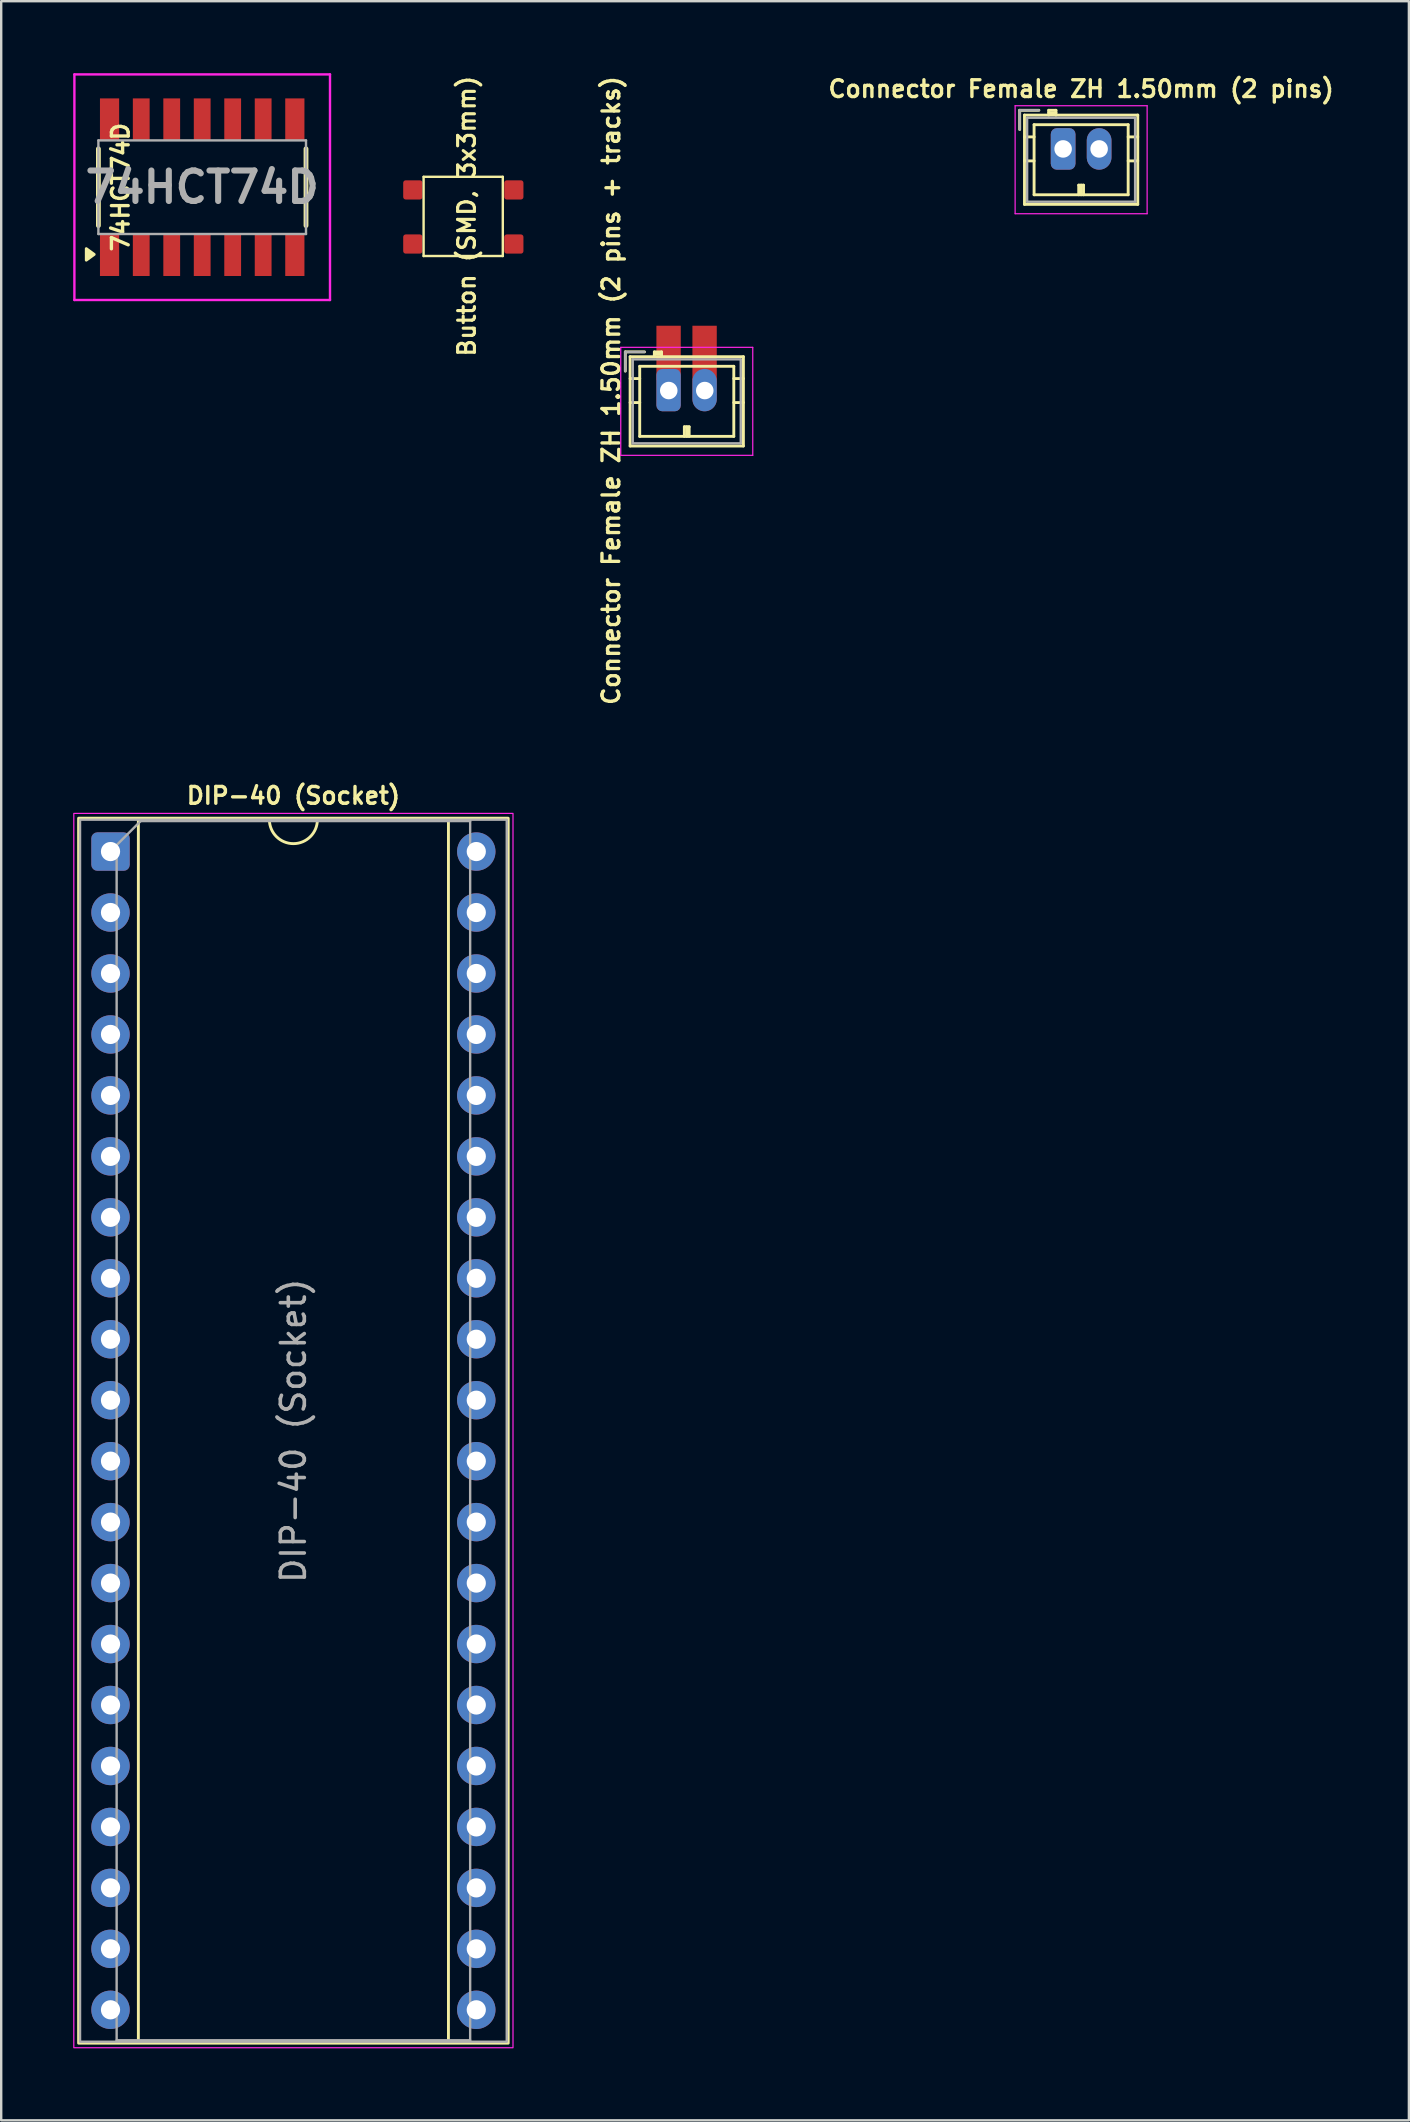
<source format=kicad_pcb>
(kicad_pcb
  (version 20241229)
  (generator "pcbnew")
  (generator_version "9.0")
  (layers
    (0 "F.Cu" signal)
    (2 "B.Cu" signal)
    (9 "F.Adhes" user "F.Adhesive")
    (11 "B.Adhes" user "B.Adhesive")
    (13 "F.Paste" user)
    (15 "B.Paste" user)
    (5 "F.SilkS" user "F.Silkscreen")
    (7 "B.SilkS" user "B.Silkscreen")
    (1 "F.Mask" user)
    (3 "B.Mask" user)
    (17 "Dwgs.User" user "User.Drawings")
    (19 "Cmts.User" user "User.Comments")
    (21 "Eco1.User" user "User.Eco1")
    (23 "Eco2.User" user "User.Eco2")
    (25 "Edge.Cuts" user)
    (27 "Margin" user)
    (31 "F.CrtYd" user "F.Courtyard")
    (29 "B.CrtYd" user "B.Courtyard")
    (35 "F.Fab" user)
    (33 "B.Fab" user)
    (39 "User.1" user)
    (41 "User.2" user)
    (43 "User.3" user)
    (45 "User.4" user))
  (footprint "DIP-40 (Socket)"
    (layer "F.Cu")
    (at 1.555 32.432)
    (property "Reference" "DIP-40 (Socket)" (at 7.62 -2.33 0) (layer "F.SilkS") (effects (font (size 0.7 0.7) (thickness 0.14) (bold yes))))
    (attr through_hole)
    (fp_line (start 1.16 -1.33) (end 1.16 49.59) (stroke (width 0.12) (type solid)) (layer "F.SilkS"))
    (fp_line (start 1.16 49.59) (end 14.08 49.59) (stroke (width 0.12) (type solid)) (layer "F.SilkS"))
    (fp_line (start 6.62 -1.33) (end 1.16 -1.33) (stroke (width 0.12) (type solid)) (layer "F.SilkS"))
    (fp_line (start 14.08 -1.33) (end 8.62 -1.33) (stroke (width 0.12) (type solid)) (layer "F.SilkS"))
    (fp_line (start 14.08 49.59) (end 14.08 -1.33) (stroke (width 0.12) (type solid)) (layer "F.SilkS"))
    (fp_rect (start -1.33 -1.39) (end 16.57 49.65) (stroke (width 0.12) (type solid)) (fill no) (layer "F.SilkS"))
    (fp_arc (start 8.62 -1.33) (mid 7.62 -0.33) (end 6.62 -1.33) (stroke (width 0.12) (type solid)) (layer "F.SilkS"))
    (fp_rect (start -1.53 -1.59) (end 16.77 49.84) (stroke (width 0.05) (type solid)) (fill no) (layer "F.CrtYd"))
    (fp_line (start 0.255 -0.27) (end 1.255 -1.27) (stroke (width 0.1) (type solid)) (layer "F.Fab"))
    (fp_line (start 0.255 49.53) (end 0.255 -0.27) (stroke (width 0.1) (type solid)) (layer "F.Fab"))
    (fp_line (start 1.255 -1.27) (end 14.985 -1.27) (stroke (width 0.1) (type solid)) (layer "F.Fab"))
    (fp_line (start 14.985 -1.27) (end 14.985 49.53) (stroke (width 0.1) (type solid)) (layer "F.Fab"))
    (fp_line (start 14.985 49.53) (end 0.255 49.53) (stroke (width 0.1) (type solid)) (layer "F.Fab"))
    (fp_rect (start -1.27 -1.33) (end 16.51 49.59) (stroke (width 0.1) (type solid)) (fill no) (layer "F.Fab"))
    (fp_text user "${REFERENCE}" (at 7.62 24.13 90) (layer "F.Fab") (effects (font (size 1 1) (thickness 0.15))))
    (pad "1" thru_hole roundrect (at 0 0) (size 1.6 1.6) (drill 0.8) (layers "*.Cu" "*.Mask") (roundrect_rratio 0.156))
    (pad "2" thru_hole circle (at 0 2.54) (size 1.6 1.6) (drill 0.8) (layers "*.Cu" "*.Mask"))
    (pad "3" thru_hole circle (at 0 5.08) (size 1.6 1.6) (drill 0.8) (layers "*.Cu" "*.Mask"))
    (pad "4" thru_hole circle (at 0 7.62) (size 1.6 1.6) (drill 0.8) (layers "*.Cu" "*.Mask"))
    (pad "5" thru_hole circle (at 0 10.16) (size 1.6 1.6) (drill 0.8) (layers "*.Cu" "*.Mask"))
    (pad "6" thru_hole circle (at 0 12.7) (size 1.6 1.6) (drill 0.8) (layers "*.Cu" "*.Mask"))
    (pad "7" thru_hole circle (at 0 15.24) (size 1.6 1.6) (drill 0.8) (layers "*.Cu" "*.Mask"))
    (pad "8" thru_hole circle (at 0 17.78) (size 1.6 1.6) (drill 0.8) (layers "*.Cu" "*.Mask"))
    (pad "9" thru_hole circle (at 0 20.32) (size 1.6 1.6) (drill 0.8) (layers "*.Cu" "*.Mask"))
    (pad "10" thru_hole circle (at 0 22.86) (size 1.6 1.6) (drill 0.8) (layers "*.Cu" "*.Mask"))
    (pad "11" thru_hole circle (at 0 25.4) (size 1.6 1.6) (drill 0.8) (layers "*.Cu" "*.Mask"))
    (pad "12" thru_hole circle (at 0 27.94) (size 1.6 1.6) (drill 0.8) (layers "*.Cu" "*.Mask"))
    (pad "13" thru_hole circle (at 0 30.48) (size 1.6 1.6) (drill 0.8) (layers "*.Cu" "*.Mask"))
    (pad "14" thru_hole circle (at 0 33.02) (size 1.6 1.6) (drill 0.8) (layers "*.Cu" "*.Mask"))
    (pad "15" thru_hole circle (at 0 35.56) (size 1.6 1.6) (drill 0.8) (layers "*.Cu" "*.Mask"))
    (pad "16" thru_hole circle (at 0 38.1) (size 1.6 1.6) (drill 0.8) (layers "*.Cu" "*.Mask"))
    (pad "17" thru_hole circle (at 0 40.64) (size 1.6 1.6) (drill 0.8) (layers "*.Cu" "*.Mask"))
    (pad "18" thru_hole circle (at 0 43.18) (size 1.6 1.6) (drill 0.8) (layers "*.Cu" "*.Mask"))
    (pad "19" thru_hole circle (at 0 45.72) (size 1.6 1.6) (drill 0.8) (layers "*.Cu" "*.Mask"))
    (pad "20" thru_hole circle (at 0 48.26) (size 1.6 1.6) (drill 0.8) (layers "*.Cu" "*.Mask"))
    (pad "21" thru_hole circle (at 15.24 48.26) (size 1.6 1.6) (drill 0.8) (layers "*.Cu" "*.Mask"))
    (pad "22" thru_hole circle (at 15.24 45.72) (size 1.6 1.6) (drill 0.8) (layers "*.Cu" "*.Mask"))
    (pad "23" thru_hole circle (at 15.24 43.18) (size 1.6 1.6) (drill 0.8) (layers "*.Cu" "*.Mask"))
    (pad "24" thru_hole circle (at 15.24 40.64) (size 1.6 1.6) (drill 0.8) (layers "*.Cu" "*.Mask"))
    (pad "25" thru_hole circle (at 15.24 38.1) (size 1.6 1.6) (drill 0.8) (layers "*.Cu" "*.Mask"))
    (pad "26" thru_hole circle (at 15.24 35.56) (size 1.6 1.6) (drill 0.8) (layers "*.Cu" "*.Mask"))
    (pad "27" thru_hole circle (at 15.24 33.02) (size 1.6 1.6) (drill 0.8) (layers "*.Cu" "*.Mask"))
    (pad "28" thru_hole circle (at 15.24 30.48) (size 1.6 1.6) (drill 0.8) (layers "*.Cu" "*.Mask"))
    (pad "29" thru_hole circle (at 15.24 27.94) (size 1.6 1.6) (drill 0.8) (layers "*.Cu" "*.Mask"))
    (pad "30" thru_hole circle (at 15.24 25.4) (size 1.6 1.6) (drill 0.8) (layers "*.Cu" "*.Mask"))
    (pad "31" thru_hole circle (at 15.24 22.86) (size 1.6 1.6) (drill 0.8) (layers "*.Cu" "*.Mask"))
    (pad "32" thru_hole circle (at 15.24 20.32) (size 1.6 1.6) (drill 0.8) (layers "*.Cu" "*.Mask"))
    (pad "33" thru_hole circle (at 15.24 17.78) (size 1.6 1.6) (drill 0.8) (layers "*.Cu" "*.Mask"))
    (pad "34" thru_hole circle (at 15.24 15.24) (size 1.6 1.6) (drill 0.8) (layers "*.Cu" "*.Mask"))
    (pad "35" thru_hole circle (at 15.24 12.7) (size 1.6 1.6) (drill 0.8) (layers "*.Cu" "*.Mask"))
    (pad "36" thru_hole circle (at 15.24 10.16) (size 1.6 1.6) (drill 0.8) (layers "*.Cu" "*.Mask"))
    (pad "37" thru_hole circle (at 15.24 7.62) (size 1.6 1.6) (drill 0.8) (layers "*.Cu" "*.Mask"))
    (pad "38" thru_hole circle (at 15.24 5.08) (size 1.6 1.6) (drill 0.8) (layers "*.Cu" "*.Mask"))
    (pad "39" thru_hole circle (at 15.24 2.54) (size 1.6 1.6) (drill 0.8) (layers "*.Cu" "*.Mask"))
    (pad "40" thru_hole circle (at 15.24 0) (size 1.6 1.6) (drill 0.8) (layers "*.Cu" "*.Mask")))
  (footprint "Button (SMD, 3x3mm)"
    (layer "F.Cu")
    (at 14.6 4.318)
    (property "Reference" "Button (SMD, 3x3mm)" (at 1.8 1.64 270) (layer "F.SilkS") (effects (font (size 0.7 0.7) (thickness 0.13) (bold yes))))
    (attr smd)
    (fp_line (start 0 0) (end 0 3.3) (stroke (width 0.1) (type default)) (layer "F.SilkS"))
    (fp_line (start 0 0) (end 3.3 0) (stroke (width 0.1) (type default)) (layer "F.SilkS"))
    (fp_line (start 3.3 3.3) (end 0 3.3) (stroke (width 0.1) (type default)) (layer "F.SilkS"))
    (fp_line (start 3.3 3.3) (end 3.3 0) (stroke (width 0.1) (type default)) (layer "F.SilkS"))
    (pad "1" smd roundrect (at -0.45 0.545) (size 0.8 0.8) (layers "F.Cu" "F.Mask" "F.Paste") (roundrect_rratio 0.131))
    (pad "2" smd roundrect (at 3.76 0.545) (size 0.8 0.8) (layers "F.Cu" "F.Mask" "F.Paste") (roundrect_rratio 0.131))
    (pad "3" smd roundrect (at -0.45 2.8) (size 0.8 0.8) (layers "F.Cu" "F.Mask" "F.Paste") (roundrect_rratio 0.131))
    (pad "4" smd roundrect (at 3.76 2.8) (size 0.8 0.8) (layers "F.Cu" "F.Mask" "F.Paste") (roundrect_rratio 0.131)))
  (footprint "74HCT74D"
    (layer "F.Cu")
    (at 5.375 4.75)
    (property "Reference" "74HCT74D" (at -3.4 0 270) (layer "F.SilkS") (effects (font (size 0.7 0.7) (thickness 0.14) (bold yes))))
    (attr smd)
    (fp_line (start -4.325 -1.6) (end -4.325 1.6) (stroke (width 0.2) (type solid)) (layer "F.SilkS"))
    (fp_line (start 4.325 -1.6) (end 4.325 1.6) (stroke (width 0.2) (type solid)) (layer "F.SilkS"))
    (fp_poly (pts (xy -4.5 2.8) (xy -4.83 3.04) (xy -4.83 2.56) (xy -4.5 2.8)) (stroke (width 0.12) (type solid)) (fill yes) (layer "F.SilkS"))
    (fp_line (start -5.325 -4.7) (end 5.325 -4.7) (stroke (width 0.1) (type solid)) (layer "F.CrtYd"))
    (fp_line (start -5.325 4.7) (end -5.325 -4.7) (stroke (width 0.1) (type solid)) (layer "F.CrtYd"))
    (fp_line (start 5.325 -4.7) (end 5.325 4.7) (stroke (width 0.1) (type solid)) (layer "F.CrtYd"))
    (fp_line (start 5.325 4.7) (end -5.325 4.7) (stroke (width 0.1) (type solid)) (layer "F.CrtYd"))
    (fp_line (start -4.325 -1.95) (end 4.325 -1.95) (stroke (width 0.1) (type solid)) (layer "F.Fab"))
    (fp_line (start -4.325 1.95) (end -4.325 -1.95) (stroke (width 0.1) (type solid)) (layer "F.Fab"))
    (fp_line (start 4.325 -1.95) (end 4.325 1.95) (stroke (width 0.1) (type solid)) (layer "F.Fab"))
    (fp_line (start 4.325 1.95) (end -4.325 1.95) (stroke (width 0.1) (type solid)) (layer "F.Fab"))
    (fp_text user "${REFERENCE}" (at 0 0 0) (layer "F.Fab") (effects (font (size 1.27 1.27) (thickness 0.254))))
    (pad "1" smd rect (at -3.86 2.825) (size 0.8 1.75) (layers "F.Cu" "F.Mask" "F.Paste"))
    (pad "2" smd rect (at -2.54 2.825) (size 0.7 1.75) (layers "F.Cu" "F.Mask" "F.Paste"))
    (pad "3" smd rect (at -1.27 2.825) (size 0.7 1.75) (layers "F.Cu" "F.Mask" "F.Paste"))
    (pad "4" smd rect (at 0 2.825) (size 0.7 1.75) (layers "F.Cu" "F.Mask" "F.Paste"))
    (pad "5" smd rect (at 1.27 2.825) (size 0.7 1.75) (layers "F.Cu" "F.Mask" "F.Paste"))
    (pad "6" smd rect (at 2.54 2.825) (size 0.7 1.75) (layers "F.Cu" "F.Mask" "F.Paste"))
    (pad "7" smd rect (at 3.86 2.825) (size 0.8 1.75) (layers "F.Cu" "F.Mask" "F.Paste"))
    (pad "8" smd rect (at 3.86 -2.825) (size 0.8 1.75) (layers "F.Cu" "F.Mask" "F.Paste"))
    (pad "9" smd rect (at 2.54 -2.825) (size 0.7 1.75) (layers "F.Cu" "F.Mask" "F.Paste"))
    (pad "10" smd rect (at 1.27 -2.825) (size 0.7 1.75) (layers "F.Cu" "F.Mask" "F.Paste"))
    (pad "11" smd rect (at 0 -2.825) (size 0.7 1.75) (layers "F.Cu" "F.Mask" "F.Paste"))
    (pad "12" smd rect (at -1.27 -2.825) (size 0.7 1.75) (layers "F.Cu" "F.Mask" "F.Paste"))
    (pad "13" smd rect (at -2.54 -2.825) (size 0.7 1.75) (layers "F.Cu" "F.Mask" "F.Paste"))
    (pad "14" smd rect (at -3.86 -2.825) (size 0.8 1.75) (layers "F.Cu" "F.Mask" "F.Paste")))
  (footprint "Connector Female ZH 1.50mm (2 pins + tracks)"
    (layer "F.Cu")
    (at 24.815 13.223)
    (property "Reference" "Connector Female ZH 1.50mm (2 pins + tracks)" (at -2.4 0 90) (layer "F.SilkS") (effects (font (size 0.7 0.7) (thickness 0.14) (bold yes))))
    (attr through_hole)
    (fp_line (start -1.81 -1.61) (end -1.81 -0.81) (stroke (width 0.12) (type solid)) (layer "F.SilkS"))
    (fp_line (start -1.61 -1.41) (end -1.61 2.31) (stroke (width 0.12) (type solid)) (layer "F.SilkS"))
    (fp_line (start -1.61 -0.5) (end -1.21 -0.5) (stroke (width 0.12) (type solid)) (layer "F.SilkS"))
    (fp_line (start -1.61 0.5) (end -1.21 0.5) (stroke (width 0.12) (type solid)) (layer "F.SilkS"))
    (fp_line (start -1.61 2.31) (end 3.11 2.31) (stroke (width 0.12) (type solid)) (layer "F.SilkS"))
    (fp_line (start -1.21 -1.01) (end -1.21 1.91) (stroke (width 0.12) (type solid)) (layer "F.SilkS"))
    (fp_line (start -1.21 1.91) (end 2.71 1.91) (stroke (width 0.12) (type solid)) (layer "F.SilkS"))
    (fp_line (start -1.01 -1.61) (end -1.81 -1.61) (stroke (width 0.12) (type solid)) (layer "F.SilkS"))
    (fp_line (start -0.6 -1.61) (end -0.6 -1.41) (stroke (width 0.12) (type solid)) (layer "F.SilkS"))
    (fp_line (start -0.3 -1.61) (end -0.6 -1.61) (stroke (width 0.12) (type solid)) (layer "F.SilkS"))
    (fp_line (start -0.3 -1.51) (end -0.6 -1.51) (stroke (width 0.12) (type solid)) (layer "F.SilkS"))
    (fp_line (start -0.3 -1.41) (end -0.3 -1.61) (stroke (width 0.12) (type solid)) (layer "F.SilkS"))
    (fp_line (start 0.65 1.51) (end 0.85 1.51) (stroke (width 0.12) (type solid)) (layer "F.SilkS"))
    (fp_line (start 0.65 1.91) (end 0.65 1.51) (stroke (width 0.12) (type solid)) (layer "F.SilkS"))
    (fp_line (start 0.75 1.91) (end 0.75 1.51) (stroke (width 0.12) (type solid)) (layer "F.SilkS"))
    (fp_line (start 0.85 1.51) (end 0.85 1.91) (stroke (width 0.12) (type solid)) (layer "F.SilkS"))
    (fp_line (start 2.71 -1.01) (end -1.21 -1.01) (stroke (width 0.12) (type solid)) (layer "F.SilkS"))
    (fp_line (start 2.71 1.91) (end 2.71 -1.01) (stroke (width 0.12) (type solid)) (layer "F.SilkS"))
    (fp_line (start 3.11 -1.41) (end -1.61 -1.41) (stroke (width 0.12) (type solid)) (layer "F.SilkS"))
    (fp_line (start 3.11 -0.5) (end 2.71 -0.5) (stroke (width 0.12) (type solid)) (layer "F.SilkS"))
    (fp_line (start 3.11 0.5) (end 2.71 0.5) (stroke (width 0.12) (type solid)) (layer "F.SilkS"))
    (fp_line (start 3.11 2.31) (end 3.11 -1.41) (stroke (width 0.12) (type solid)) (layer "F.SilkS"))
    (fp_line (start -2 -1.8) (end -2 2.7) (stroke (width 0.05) (type solid)) (layer "F.CrtYd"))
    (fp_line (start -2 2.7) (end 3.5 2.7) (stroke (width 0.05) (type solid)) (layer "F.CrtYd"))
    (fp_line (start 3.5 -1.8) (end -2 -1.8) (stroke (width 0.05) (type solid)) (layer "F.CrtYd"))
    (fp_line (start 3.5 2.7) (end 3.5 -1.8) (stroke (width 0.05) (type solid)) (layer "F.CrtYd"))
    (fp_line (start -1.81 -1.61) (end -1.81 -0.81) (stroke (width 0.1) (type solid)) (layer "F.Fab"))
    (fp_line (start -1.5 -1.3) (end -1.5 2.2) (stroke (width 0.1) (type solid)) (layer "F.Fab"))
    (fp_line (start -1.5 2.2) (end 3 2.2) (stroke (width 0.1) (type solid)) (layer "F.Fab"))
    (fp_line (start -1.01 -1.61) (end -1.81 -1.61) (stroke (width 0.1) (type solid)) (layer "F.Fab"))
    (fp_line (start 3 -1.3) (end -1.5 -1.3) (stroke (width 0.1) (type solid)) (layer "F.Fab"))
    (fp_line (start 3 2.2) (end 3 -1.3) (stroke (width 0.1) (type solid)) (layer "F.Fab"))
    (pad "1" smd rect (at 1.5 -1.3) (size 1.015 2.265) (drill (offset -0.007 -0.268)) (layers "F.Cu" "F.Mask" "F.Paste"))
    (pad "1" thru_hole oval (at 1.5 0) (size 1.015 1.765) (drill 0.73 (offset -0.007 -0.018)) (layers "*.Cu" "*.Mask"))
    (pad "2" smd rect (at 0 -1.3) (size 1.015 2.265) (drill (offset -0.007 -0.268)) (layers "F.Cu" "F.Mask" "F.Paste"))
    (pad "2" thru_hole roundrect (at 0 0) (size 1.015 1.765) (drill 0.73 (offset -0.007 -0.018)) (layers "*.Cu" "*.Mask") (roundrect_rratio 0.243)))
  (footprint "Connector Female ZH 1.50mm (2 pins)"
    (layer "F.Cu")
    (at 41.247 3.155)
    (property "Reference" "Connector Female ZH 1.50mm (2 pins)" (at 0.75 -2.5 0) (layer "F.SilkS") (effects (font (size 0.7 0.7) (thickness 0.14) (bold yes))))
    (attr through_hole)
    (fp_line (start -1.81 -1.61) (end -1.81 -0.81) (stroke (width 0.12) (type solid)) (layer "F.SilkS"))
    (fp_line (start -1.61 -1.41) (end -1.61 2.31) (stroke (width 0.12) (type solid)) (layer "F.SilkS"))
    (fp_line (start -1.61 -0.5) (end -1.21 -0.5) (stroke (width 0.12) (type solid)) (layer "F.SilkS"))
    (fp_line (start -1.61 0.5) (end -1.21 0.5) (stroke (width 0.12) (type solid)) (layer "F.SilkS"))
    (fp_line (start -1.61 2.31) (end 3.11 2.31) (stroke (width 0.12) (type solid)) (layer "F.SilkS"))
    (fp_line (start -1.21 -1.01) (end -1.21 1.91) (stroke (width 0.12) (type solid)) (layer "F.SilkS"))
    (fp_line (start -1.21 1.91) (end 2.71 1.91) (stroke (width 0.12) (type solid)) (layer "F.SilkS"))
    (fp_line (start -1.01 -1.61) (end -1.81 -1.61) (stroke (width 0.12) (type solid)) (layer "F.SilkS"))
    (fp_line (start -0.6 -1.61) (end -0.6 -1.41) (stroke (width 0.12) (type solid)) (layer "F.SilkS"))
    (fp_line (start -0.3 -1.61) (end -0.6 -1.61) (stroke (width 0.12) (type solid)) (layer "F.SilkS"))
    (fp_line (start -0.3 -1.51) (end -0.6 -1.51) (stroke (width 0.12) (type solid)) (layer "F.SilkS"))
    (fp_line (start -0.3 -1.41) (end -0.3 -1.61) (stroke (width 0.12) (type solid)) (layer "F.SilkS"))
    (fp_line (start 0.65 1.51) (end 0.85 1.51) (stroke (width 0.12) (type solid)) (layer "F.SilkS"))
    (fp_line (start 0.65 1.91) (end 0.65 1.51) (stroke (width 0.12) (type solid)) (layer "F.SilkS"))
    (fp_line (start 0.75 1.91) (end 0.75 1.51) (stroke (width 0.12) (type solid)) (layer "F.SilkS"))
    (fp_line (start 0.85 1.51) (end 0.85 1.91) (stroke (width 0.12) (type solid)) (layer "F.SilkS"))
    (fp_line (start 2.71 -1.01) (end -1.21 -1.01) (stroke (width 0.12) (type solid)) (layer "F.SilkS"))
    (fp_line (start 2.71 1.91) (end 2.71 -1.01) (stroke (width 0.12) (type solid)) (layer "F.SilkS"))
    (fp_line (start 3.11 -1.41) (end -1.61 -1.41) (stroke (width 0.12) (type solid)) (layer "F.SilkS"))
    (fp_line (start 3.11 -0.5) (end 2.71 -0.5) (stroke (width 0.12) (type solid)) (layer "F.SilkS"))
    (fp_line (start 3.11 0.5) (end 2.71 0.5) (stroke (width 0.12) (type solid)) (layer "F.SilkS"))
    (fp_line (start 3.11 2.31) (end 3.11 -1.41) (stroke (width 0.12) (type solid)) (layer "F.SilkS"))
    (fp_line (start -2 -1.8) (end -2 2.7) (stroke (width 0.05) (type solid)) (layer "F.CrtYd"))
    (fp_line (start -2 2.7) (end 3.5 2.7) (stroke (width 0.05) (type solid)) (layer "F.CrtYd"))
    (fp_line (start 3.5 -1.8) (end -2 -1.8) (stroke (width 0.05) (type solid)) (layer "F.CrtYd"))
    (fp_line (start 3.5 2.7) (end 3.5 -1.8) (stroke (width 0.05) (type solid)) (layer "F.CrtYd"))
    (fp_line (start -1.81 -1.61) (end -1.81 -0.81) (stroke (width 0.1) (type solid)) (layer "F.Fab"))
    (fp_line (start -1.5 -1.3) (end -1.5 2.2) (stroke (width 0.1) (type solid)) (layer "F.Fab"))
    (fp_line (start -1.5 2.2) (end 3 2.2) (stroke (width 0.1) (type solid)) (layer "F.Fab"))
    (fp_line (start -1.01 -1.61) (end -1.81 -1.61) (stroke (width 0.1) (type solid)) (layer "F.Fab"))
    (fp_line (start 3 -1.3) (end -1.5 -1.3) (stroke (width 0.1) (type solid)) (layer "F.Fab"))
    (fp_line (start 3 2.2) (end 3 -1.3) (stroke (width 0.1) (type solid)) (layer "F.Fab"))
    (pad "1" thru_hole oval (at 1.5 0) (size 1.03 1.73) (drill 0.73) (layers "*.Cu" "*.Mask"))
    (pad "2" thru_hole roundrect (at 0 0) (size 1.03 1.73) (drill 0.73) (layers "*.Cu" "*.Mask") (roundrect_rratio 0.243)))
  (gr_rect
    (start -3 -3)
    (end 55.654 85.297)
    (stroke (width 0.1) (type default))
    (fill no)
    (layer "Edge.Cuts")))
</source>
